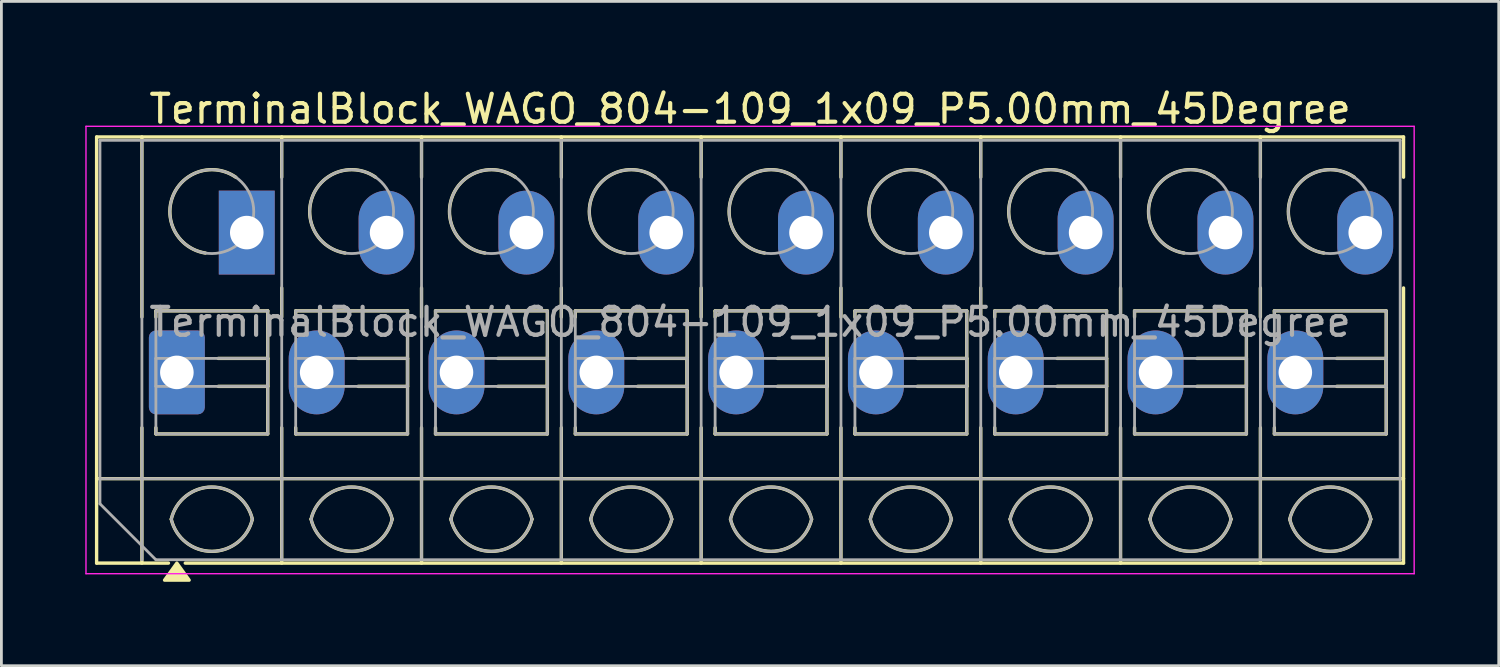
<source format=kicad_pcb>
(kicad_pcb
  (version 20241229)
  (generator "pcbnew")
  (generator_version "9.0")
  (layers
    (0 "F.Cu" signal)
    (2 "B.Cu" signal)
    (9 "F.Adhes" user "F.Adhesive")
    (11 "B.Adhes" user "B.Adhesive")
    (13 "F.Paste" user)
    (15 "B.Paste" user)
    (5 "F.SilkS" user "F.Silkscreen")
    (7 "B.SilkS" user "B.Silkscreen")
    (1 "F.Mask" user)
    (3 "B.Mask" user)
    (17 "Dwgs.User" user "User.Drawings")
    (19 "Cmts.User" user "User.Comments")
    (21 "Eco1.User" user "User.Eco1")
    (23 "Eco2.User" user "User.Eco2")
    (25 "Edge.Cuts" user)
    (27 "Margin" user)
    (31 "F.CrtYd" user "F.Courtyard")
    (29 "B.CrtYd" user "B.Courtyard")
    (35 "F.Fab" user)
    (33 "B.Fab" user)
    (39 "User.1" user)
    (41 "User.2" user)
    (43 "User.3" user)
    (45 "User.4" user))
  (footprint "TerminalBlock_WAGO_804-109_1x09_P5.00mm_45Degree"
    (layer "F.Cu")
    (at 3.275 10.268)
    (property "Reference" "TerminalBlock_WAGO_804-109_1x09_P5.00mm_45Degree" (at 20.5 -9.42 0) (layer "F.SilkS") (effects (font (size 1 1) (thickness 0.15))))
    (attr through_hole)
    (fp_line (start -2.87 -8.42) (end 43.87 -8.42) (stroke (width 0.12) (type solid)) (layer "F.SilkS"))
    (fp_line (start -2.87 3.8) (end 43.87 3.8) (stroke (width 0.12) (type solid)) (layer "F.SilkS"))
    (fp_line (start -2.87 6.82) (end -2.87 -8.42) (stroke (width 0.12) (type solid)) (layer "F.SilkS"))
    (fp_line (start -1.25 -8.42) (end -1.25 -1.98) (stroke (width 0.12) (type solid)) (layer "F.SilkS"))
    (fp_line (start -1.25 1.98) (end -1.25 6.82) (stroke (width 0.12) (type solid)) (layer "F.SilkS"))
    (fp_line (start -0.75 -2.2) (end 3.25 -2.2) (stroke (width 0.12) (type solid)) (layer "F.SilkS"))
    (fp_line (start -0.75 -1.98) (end -0.75 -2.2) (stroke (width 0.12) (type solid)) (layer "F.SilkS"))
    (fp_line (start -0.75 2.2) (end -0.75 1.98) (stroke (width 0.12) (type solid)) (layer "F.SilkS"))
    (fp_line (start -0.3 6.82) (end -2.87 6.82) (stroke (width 0.12) (type solid)) (layer "F.SilkS"))
    (fp_line (start 1.48 -0.5) (end 3.25 -0.5) (stroke (width 0.12) (type solid)) (layer "F.SilkS"))
    (fp_line (start 3.25 -2.2) (end 3.25 2.2) (stroke (width 0.12) (type solid)) (layer "F.SilkS"))
    (fp_line (start 3.25 -0.5) (end 3.25 0.5) (stroke (width 0.12) (type solid)) (layer "F.SilkS"))
    (fp_line (start 3.25 0.5) (end 1.48 0.5) (stroke (width 0.12) (type solid)) (layer "F.SilkS"))
    (fp_line (start 3.25 2.2) (end -0.75 2.2) (stroke (width 0.12) (type solid)) (layer "F.SilkS"))
    (fp_line (start 3.75 -8.42) (end 3.75 -6.98) (stroke (width 0.12) (type solid)) (layer "F.SilkS"))
    (fp_line (start 3.75 -3.02) (end 3.75 -1.98) (stroke (width 0.12) (type solid)) (layer "F.SilkS"))
    (fp_line (start 3.75 1.98) (end 3.75 6.82) (stroke (width 0.12) (type solid)) (layer "F.SilkS"))
    (fp_line (start 4.25 -2.2) (end 8.25 -2.2) (stroke (width 0.12) (type solid)) (layer "F.SilkS"))
    (fp_line (start 4.25 -1.98) (end 4.25 -2.2) (stroke (width 0.12) (type solid)) (layer "F.SilkS"))
    (fp_line (start 4.25 2.2) (end 4.25 1.98) (stroke (width 0.12) (type solid)) (layer "F.SilkS"))
    (fp_line (start 6.48 -0.5) (end 8.25 -0.5) (stroke (width 0.12) (type solid)) (layer "F.SilkS"))
    (fp_line (start 8.25 -2.2) (end 8.25 2.2) (stroke (width 0.12) (type solid)) (layer "F.SilkS"))
    (fp_line (start 8.25 -0.5) (end 8.25 0.5) (stroke (width 0.12) (type solid)) (layer "F.SilkS"))
    (fp_line (start 8.25 0.5) (end 6.48 0.5) (stroke (width 0.12) (type solid)) (layer "F.SilkS"))
    (fp_line (start 8.25 2.2) (end 4.25 2.2) (stroke (width 0.12) (type solid)) (layer "F.SilkS"))
    (fp_line (start 8.75 -8.42) (end 8.75 -6.98) (stroke (width 0.12) (type solid)) (layer "F.SilkS"))
    (fp_line (start 8.75 -3.02) (end 8.75 -1.98) (stroke (width 0.12) (type solid)) (layer "F.SilkS"))
    (fp_line (start 8.75 1.98) (end 8.75 6.82) (stroke (width 0.12) (type solid)) (layer "F.SilkS"))
    (fp_line (start 9.25 -2.2) (end 13.25 -2.2) (stroke (width 0.12) (type solid)) (layer "F.SilkS"))
    (fp_line (start 9.25 -1.98) (end 9.25 -2.2) (stroke (width 0.12) (type solid)) (layer "F.SilkS"))
    (fp_line (start 9.25 2.2) (end 9.25 1.98) (stroke (width 0.12) (type solid)) (layer "F.SilkS"))
    (fp_line (start 11.48 -0.5) (end 13.25 -0.5) (stroke (width 0.12) (type solid)) (layer "F.SilkS"))
    (fp_line (start 13.25 -2.2) (end 13.25 2.2) (stroke (width 0.12) (type solid)) (layer "F.SilkS"))
    (fp_line (start 13.25 -0.5) (end 13.25 0.5) (stroke (width 0.12) (type solid)) (layer "F.SilkS"))
    (fp_line (start 13.25 0.5) (end 11.48 0.5) (stroke (width 0.12) (type solid)) (layer "F.SilkS"))
    (fp_line (start 13.25 2.2) (end 9.25 2.2) (stroke (width 0.12) (type solid)) (layer "F.SilkS"))
    (fp_line (start 13.75 -8.42) (end 13.75 -6.98) (stroke (width 0.12) (type solid)) (layer "F.SilkS"))
    (fp_line (start 13.75 -3.02) (end 13.75 -1.98) (stroke (width 0.12) (type solid)) (layer "F.SilkS"))
    (fp_line (start 13.75 1.98) (end 13.75 6.82) (stroke (width 0.12) (type solid)) (layer "F.SilkS"))
    (fp_line (start 14.25 -2.2) (end 18.25 -2.2) (stroke (width 0.12) (type solid)) (layer "F.SilkS"))
    (fp_line (start 14.25 -1.98) (end 14.25 -2.2) (stroke (width 0.12) (type solid)) (layer "F.SilkS"))
    (fp_line (start 14.25 2.2) (end 14.25 1.98) (stroke (width 0.12) (type solid)) (layer "F.SilkS"))
    (fp_line (start 16.48 -0.5) (end 18.25 -0.5) (stroke (width 0.12) (type solid)) (layer "F.SilkS"))
    (fp_line (start 18.25 -2.2) (end 18.25 2.2) (stroke (width 0.12) (type solid)) (layer "F.SilkS"))
    (fp_line (start 18.25 -0.5) (end 18.25 0.5) (stroke (width 0.12) (type solid)) (layer "F.SilkS"))
    (fp_line (start 18.25 0.5) (end 16.48 0.5) (stroke (width 0.12) (type solid)) (layer "F.SilkS"))
    (fp_line (start 18.25 2.2) (end 14.25 2.2) (stroke (width 0.12) (type solid)) (layer "F.SilkS"))
    (fp_line (start 18.75 -8.42) (end 18.75 -6.98) (stroke (width 0.12) (type solid)) (layer "F.SilkS"))
    (fp_line (start 18.75 -3.02) (end 18.75 -1.98) (stroke (width 0.12) (type solid)) (layer "F.SilkS"))
    (fp_line (start 18.75 1.98) (end 18.75 6.82) (stroke (width 0.12) (type solid)) (layer "F.SilkS"))
    (fp_line (start 19.25 -2.2) (end 23.25 -2.2) (stroke (width 0.12) (type solid)) (layer "F.SilkS"))
    (fp_line (start 19.25 -1.98) (end 19.25 -2.2) (stroke (width 0.12) (type solid)) (layer "F.SilkS"))
    (fp_line (start 19.25 2.2) (end 19.25 1.98) (stroke (width 0.12) (type solid)) (layer "F.SilkS"))
    (fp_line (start 21.48 -0.5) (end 23.25 -0.5) (stroke (width 0.12) (type solid)) (layer "F.SilkS"))
    (fp_line (start 23.25 -2.2) (end 23.25 2.2) (stroke (width 0.12) (type solid)) (layer "F.SilkS"))
    (fp_line (start 23.25 -0.5) (end 23.25 0.5) (stroke (width 0.12) (type solid)) (layer "F.SilkS"))
    (fp_line (start 23.25 0.5) (end 21.48 0.5) (stroke (width 0.12) (type solid)) (layer "F.SilkS"))
    (fp_line (start 23.25 2.2) (end 19.25 2.2) (stroke (width 0.12) (type solid)) (layer "F.SilkS"))
    (fp_line (start 23.75 -8.42) (end 23.75 -6.98) (stroke (width 0.12) (type solid)) (layer "F.SilkS"))
    (fp_line (start 23.75 -3.02) (end 23.75 -1.98) (stroke (width 0.12) (type solid)) (layer "F.SilkS"))
    (fp_line (start 23.75 1.98) (end 23.75 6.82) (stroke (width 0.12) (type solid)) (layer "F.SilkS"))
    (fp_line (start 24.25 -2.2) (end 28.25 -2.2) (stroke (width 0.12) (type solid)) (layer "F.SilkS"))
    (fp_line (start 24.25 -1.98) (end 24.25 -2.2) (stroke (width 0.12) (type solid)) (layer "F.SilkS"))
    (fp_line (start 24.25 2.2) (end 24.25 1.98) (stroke (width 0.12) (type solid)) (layer "F.SilkS"))
    (fp_line (start 26.48 -0.5) (end 28.25 -0.5) (stroke (width 0.12) (type solid)) (layer "F.SilkS"))
    (fp_line (start 28.25 -2.2) (end 28.25 2.2) (stroke (width 0.12) (type solid)) (layer "F.SilkS"))
    (fp_line (start 28.25 -0.5) (end 28.25 0.5) (stroke (width 0.12) (type solid)) (layer "F.SilkS"))
    (fp_line (start 28.25 0.5) (end 26.48 0.5) (stroke (width 0.12) (type solid)) (layer "F.SilkS"))
    (fp_line (start 28.25 2.2) (end 24.25 2.2) (stroke (width 0.12) (type solid)) (layer "F.SilkS"))
    (fp_line (start 28.75 -8.42) (end 28.75 -6.98) (stroke (width 0.12) (type solid)) (layer "F.SilkS"))
    (fp_line (start 28.75 -3.02) (end 28.75 -1.98) (stroke (width 0.12) (type solid)) (layer "F.SilkS"))
    (fp_line (start 28.75 1.98) (end 28.75 6.82) (stroke (width 0.12) (type solid)) (layer "F.SilkS"))
    (fp_line (start 29.25 -2.2) (end 33.25 -2.2) (stroke (width 0.12) (type solid)) (layer "F.SilkS"))
    (fp_line (start 29.25 -1.98) (end 29.25 -2.2) (stroke (width 0.12) (type solid)) (layer "F.SilkS"))
    (fp_line (start 29.25 2.2) (end 29.25 1.98) (stroke (width 0.12) (type solid)) (layer "F.SilkS"))
    (fp_line (start 31.48 -0.5) (end 33.25 -0.5) (stroke (width 0.12) (type solid)) (layer "F.SilkS"))
    (fp_line (start 33.25 -2.2) (end 33.25 2.2) (stroke (width 0.12) (type solid)) (layer "F.SilkS"))
    (fp_line (start 33.25 -0.5) (end 33.25 0.5) (stroke (width 0.12) (type solid)) (layer "F.SilkS"))
    (fp_line (start 33.25 0.5) (end 31.48 0.5) (stroke (width 0.12) (type solid)) (layer "F.SilkS"))
    (fp_line (start 33.25 2.2) (end 29.25 2.2) (stroke (width 0.12) (type solid)) (layer "F.SilkS"))
    (fp_line (start 33.75 -8.42) (end 33.75 -6.98) (stroke (width 0.12) (type solid)) (layer "F.SilkS"))
    (fp_line (start 33.75 -3.02) (end 33.75 -1.98) (stroke (width 0.12) (type solid)) (layer "F.SilkS"))
    (fp_line (start 33.75 1.98) (end 33.75 6.82) (stroke (width 0.12) (type solid)) (layer "F.SilkS"))
    (fp_line (start 34.25 -2.2) (end 38.25 -2.2) (stroke (width 0.12) (type solid)) (layer "F.SilkS"))
    (fp_line (start 34.25 -1.98) (end 34.25 -2.2) (stroke (width 0.12) (type solid)) (layer "F.SilkS"))
    (fp_line (start 34.25 2.2) (end 34.25 1.98) (stroke (width 0.12) (type solid)) (layer "F.SilkS"))
    (fp_line (start 36.48 -0.5) (end 38.25 -0.5) (stroke (width 0.12) (type solid)) (layer "F.SilkS"))
    (fp_line (start 38.25 -2.2) (end 38.25 2.2) (stroke (width 0.12) (type solid)) (layer "F.SilkS"))
    (fp_line (start 38.25 -0.5) (end 38.25 0.5) (stroke (width 0.12) (type solid)) (layer "F.SilkS"))
    (fp_line (start 38.25 0.5) (end 36.48 0.5) (stroke (width 0.12) (type solid)) (layer "F.SilkS"))
    (fp_line (start 38.25 2.2) (end 34.25 2.2) (stroke (width 0.12) (type solid)) (layer "F.SilkS"))
    (fp_line (start 38.75 -8.42) (end 38.75 -6.98) (stroke (width 0.12) (type solid)) (layer "F.SilkS"))
    (fp_line (start 38.75 -3.02) (end 38.75 -1.98) (stroke (width 0.12) (type solid)) (layer "F.SilkS"))
    (fp_line (start 38.75 1.98) (end 38.75 6.82) (stroke (width 0.12) (type solid)) (layer "F.SilkS"))
    (fp_line (start 39.25 -2.2) (end 43.25 -2.2) (stroke (width 0.12) (type solid)) (layer "F.SilkS"))
    (fp_line (start 39.25 -1.98) (end 39.25 -2.2) (stroke (width 0.12) (type solid)) (layer "F.SilkS"))
    (fp_line (start 39.25 2.2) (end 39.25 1.98) (stroke (width 0.12) (type solid)) (layer "F.SilkS"))
    (fp_line (start 41.48 -0.5) (end 43.25 -0.5) (stroke (width 0.12) (type solid)) (layer "F.SilkS"))
    (fp_line (start 43.25 -2.2) (end 43.25 2.2) (stroke (width 0.12) (type solid)) (layer "F.SilkS"))
    (fp_line (start 43.25 -0.5) (end 43.25 0.5) (stroke (width 0.12) (type solid)) (layer "F.SilkS"))
    (fp_line (start 43.25 0.5) (end 41.48 0.5) (stroke (width 0.12) (type solid)) (layer "F.SilkS"))
    (fp_line (start 43.25 2.2) (end 39.25 2.2) (stroke (width 0.12) (type solid)) (layer "F.SilkS"))
    (fp_line (start 43.87 -8.42) (end 43.87 -6.98) (stroke (width 0.12) (type solid)) (layer "F.SilkS"))
    (fp_line (start 43.87 -3.02) (end 43.87 6.82) (stroke (width 0.12) (type solid)) (layer "F.SilkS"))
    (fp_line (start 43.87 6.82) (end 0.3 6.82) (stroke (width 0.12) (type solid)) (layer "F.SilkS"))
    (fp_arc (start -0.2 5.25) (mid 1.25 4.1) (end 2.7 5.25) (stroke (width 0.12) (type solid)) (layer "F.SilkS"))
    (fp_arc (start 1.02 -4.268) (mid -0.141916 -6.309209) (end 2.109 -6.98) (stroke (width 0.12) (type solid)) (layer "F.SilkS"))
    (fp_arc (start 2.7 5.25) (mid 1.25 6.4) (end -0.2 5.25) (stroke (width 0.12) (type solid)) (layer "F.SilkS"))
    (fp_arc (start 4.8 5.25) (mid 6.25 4.1) (end 7.7 5.25) (stroke (width 0.12) (type solid)) (layer "F.SilkS"))
    (fp_arc (start 6.02 -4.268) (mid 4.858084 -6.309209) (end 7.109 -6.98) (stroke (width 0.12) (type solid)) (layer "F.SilkS"))
    (fp_arc (start 7.7 5.25) (mid 6.25 6.4) (end 4.8 5.25) (stroke (width 0.12) (type solid)) (layer "F.SilkS"))
    (fp_arc (start 9.8 5.25) (mid 11.25 4.1) (end 12.7 5.25) (stroke (width 0.12) (type solid)) (layer "F.SilkS"))
    (fp_arc (start 11.02 -4.268) (mid 9.858084 -6.309209) (end 12.109 -6.98) (stroke (width 0.12) (type solid)) (layer "F.SilkS"))
    (fp_arc (start 12.7 5.25) (mid 11.25 6.4) (end 9.8 5.25) (stroke (width 0.12) (type solid)) (layer "F.SilkS"))
    (fp_arc (start 14.8 5.25) (mid 16.25 4.1) (end 17.7 5.25) (stroke (width 0.12) (type solid)) (layer "F.SilkS"))
    (fp_arc (start 16.02 -4.268) (mid 14.858084 -6.309209) (end 17.109 -6.98) (stroke (width 0.12) (type solid)) (layer "F.SilkS"))
    (fp_arc (start 17.7 5.25) (mid 16.25 6.4) (end 14.8 5.25) (stroke (width 0.12) (type solid)) (layer "F.SilkS"))
    (fp_arc (start 19.8 5.25) (mid 21.25 4.1) (end 22.7 5.25) (stroke (width 0.12) (type solid)) (layer "F.SilkS"))
    (fp_arc (start 21.02 -4.268) (mid 19.858084 -6.309209) (end 22.109 -6.98) (stroke (width 0.12) (type solid)) (layer "F.SilkS"))
    (fp_arc (start 22.7 5.25) (mid 21.25 6.4) (end 19.8 5.25) (stroke (width 0.12) (type solid)) (layer "F.SilkS"))
    (fp_arc (start 24.8 5.25) (mid 26.25 4.1) (end 27.7 5.25) (stroke (width 0.12) (type solid)) (layer "F.SilkS"))
    (fp_arc (start 26.02 -4.268) (mid 24.858084 -6.309209) (end 27.109 -6.98) (stroke (width 0.12) (type solid)) (layer "F.SilkS"))
    (fp_arc (start 27.7 5.25) (mid 26.25 6.4) (end 24.8 5.25) (stroke (width 0.12) (type solid)) (layer "F.SilkS"))
    (fp_arc (start 29.8 5.25) (mid 31.25 4.1) (end 32.7 5.25) (stroke (width 0.12) (type solid)) (layer "F.SilkS"))
    (fp_arc (start 31.02 -4.268) (mid 29.858084 -6.309209) (end 32.109 -6.98) (stroke (width 0.12) (type solid)) (layer "F.SilkS"))
    (fp_arc (start 32.7 5.25) (mid 31.25 6.4) (end 29.8 5.25) (stroke (width 0.12) (type solid)) (layer "F.SilkS"))
    (fp_arc (start 34.8 5.25) (mid 36.25 4.1) (end 37.7 5.25) (stroke (width 0.12) (type solid)) (layer "F.SilkS"))
    (fp_arc (start 36.02 -4.268) (mid 34.858084 -6.309209) (end 37.109 -6.98) (stroke (width 0.12) (type solid)) (layer "F.SilkS"))
    (fp_arc (start 37.7 5.25) (mid 36.25 6.4) (end 34.8 5.25) (stroke (width 0.12) (type solid)) (layer "F.SilkS"))
    (fp_arc (start 39.8 5.25) (mid 41.25 4.1) (end 42.7 5.25) (stroke (width 0.12) (type solid)) (layer "F.SilkS"))
    (fp_arc (start 41.02 -4.268) (mid 39.858084 -6.309209) (end 42.109 -6.98) (stroke (width 0.12) (type solid)) (layer "F.SilkS"))
    (fp_arc (start 42.7 5.25) (mid 41.25 6.4) (end 39.8 5.25) (stroke (width 0.12) (type solid)) (layer "F.SilkS"))
    (fp_poly (pts (xy 0 6.82) (xy 0.44 7.43) (xy -0.44 7.43)) (stroke (width 0.12) (type solid)) (fill yes) (layer "F.SilkS"))
    (fp_line (start -3.25 -8.8) (end -3.25 7.2) (stroke (width 0.05) (type solid)) (layer "F.CrtYd"))
    (fp_line (start -3.25 7.2) (end 44.25 7.2) (stroke (width 0.05) (type solid)) (layer "F.CrtYd"))
    (fp_line (start 44.25 -8.8) (end -3.25 -8.8) (stroke (width 0.05) (type solid)) (layer "F.CrtYd"))
    (fp_line (start 44.25 7.2) (end 44.25 -8.8) (stroke (width 0.05) (type solid)) (layer "F.CrtYd"))
    (fp_line (start -2.75 -8.3) (end 43.75 -8.3) (stroke (width 0.1) (type solid)) (layer "F.Fab"))
    (fp_line (start -2.75 3.8) (end 43.75 3.8) (stroke (width 0.1) (type solid)) (layer "F.Fab"))
    (fp_line (start -2.75 4.7) (end -2.75 -8.3) (stroke (width 0.1) (type solid)) (layer "F.Fab"))
    (fp_line (start -1.25 -8.3) (end -1.25 6.7) (stroke (width 0.1) (type solid)) (layer "F.Fab"))
    (fp_line (start -0.75 -2.2) (end -0.75 2.2) (stroke (width 0.1) (type solid)) (layer "F.Fab"))
    (fp_line (start -0.75 -0.5) (end -0.75 0.5) (stroke (width 0.1) (type solid)) (layer "F.Fab"))
    (fp_line (start -0.75 0.5) (end 3.25 0.5) (stroke (width 0.1) (type solid)) (layer "F.Fab"))
    (fp_line (start -0.75 2.2) (end 3.25 2.2) (stroke (width 0.1) (type solid)) (layer "F.Fab"))
    (fp_line (start -0.75 6.7) (end -2.75 4.7) (stroke (width 0.1) (type solid)) (layer "F.Fab"))
    (fp_line (start 3.25 -2.2) (end -0.75 -2.2) (stroke (width 0.1) (type solid)) (layer "F.Fab"))
    (fp_line (start 3.25 -0.5) (end -0.75 -0.5) (stroke (width 0.1) (type solid)) (layer "F.Fab"))
    (fp_line (start 3.25 0.5) (end 3.25 -0.5) (stroke (width 0.1) (type solid)) (layer "F.Fab"))
    (fp_line (start 3.25 2.2) (end 3.25 -2.2) (stroke (width 0.1) (type solid)) (layer "F.Fab"))
    (fp_line (start 3.75 -8.3) (end 3.75 6.7) (stroke (width 0.1) (type solid)) (layer "F.Fab"))
    (fp_line (start 4.25 -2.2) (end 4.25 2.2) (stroke (width 0.1) (type solid)) (layer "F.Fab"))
    (fp_line (start 4.25 -0.5) (end 4.25 0.5) (stroke (width 0.1) (type solid)) (layer "F.Fab"))
    (fp_line (start 4.25 0.5) (end 8.25 0.5) (stroke (width 0.1) (type solid)) (layer "F.Fab"))
    (fp_line (start 4.25 2.2) (end 8.25 2.2) (stroke (width 0.1) (type solid)) (layer "F.Fab"))
    (fp_line (start 8.25 -2.2) (end 4.25 -2.2) (stroke (width 0.1) (type solid)) (layer "F.Fab"))
    (fp_line (start 8.25 -0.5) (end 4.25 -0.5) (stroke (width 0.1) (type solid)) (layer "F.Fab"))
    (fp_line (start 8.25 0.5) (end 8.25 -0.5) (stroke (width 0.1) (type solid)) (layer "F.Fab"))
    (fp_line (start 8.25 2.2) (end 8.25 -2.2) (stroke (width 0.1) (type solid)) (layer "F.Fab"))
    (fp_line (start 8.75 -8.3) (end 8.75 6.7) (stroke (width 0.1) (type solid)) (layer "F.Fab"))
    (fp_line (start 9.25 -2.2) (end 9.25 2.2) (stroke (width 0.1) (type solid)) (layer "F.Fab"))
    (fp_line (start 9.25 -0.5) (end 9.25 0.5) (stroke (width 0.1) (type solid)) (layer "F.Fab"))
    (fp_line (start 9.25 0.5) (end 13.25 0.5) (stroke (width 0.1) (type solid)) (layer "F.Fab"))
    (fp_line (start 9.25 2.2) (end 13.25 2.2) (stroke (width 0.1) (type solid)) (layer "F.Fab"))
    (fp_line (start 13.25 -2.2) (end 9.25 -2.2) (stroke (width 0.1) (type solid)) (layer "F.Fab"))
    (fp_line (start 13.25 -0.5) (end 9.25 -0.5) (stroke (width 0.1) (type solid)) (layer "F.Fab"))
    (fp_line (start 13.25 0.5) (end 13.25 -0.5) (stroke (width 0.1) (type solid)) (layer "F.Fab"))
    (fp_line (start 13.25 2.2) (end 13.25 -2.2) (stroke (width 0.1) (type solid)) (layer "F.Fab"))
    (fp_line (start 13.75 -8.3) (end 13.75 6.7) (stroke (width 0.1) (type solid)) (layer "F.Fab"))
    (fp_line (start 14.25 -2.2) (end 14.25 2.2) (stroke (width 0.1) (type solid)) (layer "F.Fab"))
    (fp_line (start 14.25 -0.5) (end 14.25 0.5) (stroke (width 0.1) (type solid)) (layer "F.Fab"))
    (fp_line (start 14.25 0.5) (end 18.25 0.5) (stroke (width 0.1) (type solid)) (layer "F.Fab"))
    (fp_line (start 14.25 2.2) (end 18.25 2.2) (stroke (width 0.1) (type solid)) (layer "F.Fab"))
    (fp_line (start 18.25 -2.2) (end 14.25 -2.2) (stroke (width 0.1) (type solid)) (layer "F.Fab"))
    (fp_line (start 18.25 -0.5) (end 14.25 -0.5) (stroke (width 0.1) (type solid)) (layer "F.Fab"))
    (fp_line (start 18.25 0.5) (end 18.25 -0.5) (stroke (width 0.1) (type solid)) (layer "F.Fab"))
    (fp_line (start 18.25 2.2) (end 18.25 -2.2) (stroke (width 0.1) (type solid)) (layer "F.Fab"))
    (fp_line (start 18.75 -8.3) (end 18.75 6.7) (stroke (width 0.1) (type solid)) (layer "F.Fab"))
    (fp_line (start 19.25 -2.2) (end 19.25 2.2) (stroke (width 0.1) (type solid)) (layer "F.Fab"))
    (fp_line (start 19.25 -0.5) (end 19.25 0.5) (stroke (width 0.1) (type solid)) (layer "F.Fab"))
    (fp_line (start 19.25 0.5) (end 23.25 0.5) (stroke (width 0.1) (type solid)) (layer "F.Fab"))
    (fp_line (start 19.25 2.2) (end 23.25 2.2) (stroke (width 0.1) (type solid)) (layer "F.Fab"))
    (fp_line (start 23.25 -2.2) (end 19.25 -2.2) (stroke (width 0.1) (type solid)) (layer "F.Fab"))
    (fp_line (start 23.25 -0.5) (end 19.25 -0.5) (stroke (width 0.1) (type solid)) (layer "F.Fab"))
    (fp_line (start 23.25 0.5) (end 23.25 -0.5) (stroke (width 0.1) (type solid)) (layer "F.Fab"))
    (fp_line (start 23.25 2.2) (end 23.25 -2.2) (stroke (width 0.1) (type solid)) (layer "F.Fab"))
    (fp_line (start 23.75 -8.3) (end 23.75 6.7) (stroke (width 0.1) (type solid)) (layer "F.Fab"))
    (fp_line (start 24.25 -2.2) (end 24.25 2.2) (stroke (width 0.1) (type solid)) (layer "F.Fab"))
    (fp_line (start 24.25 -0.5) (end 24.25 0.5) (stroke (width 0.1) (type solid)) (layer "F.Fab"))
    (fp_line (start 24.25 0.5) (end 28.25 0.5) (stroke (width 0.1) (type solid)) (layer "F.Fab"))
    (fp_line (start 24.25 2.2) (end 28.25 2.2) (stroke (width 0.1) (type solid)) (layer "F.Fab"))
    (fp_line (start 28.25 -2.2) (end 24.25 -2.2) (stroke (width 0.1) (type solid)) (layer "F.Fab"))
    (fp_line (start 28.25 -0.5) (end 24.25 -0.5) (stroke (width 0.1) (type solid)) (layer "F.Fab"))
    (fp_line (start 28.25 0.5) (end 28.25 -0.5) (stroke (width 0.1) (type solid)) (layer "F.Fab"))
    (fp_line (start 28.25 2.2) (end 28.25 -2.2) (stroke (width 0.1) (type solid)) (layer "F.Fab"))
    (fp_line (start 28.75 -8.3) (end 28.75 6.7) (stroke (width 0.1) (type solid)) (layer "F.Fab"))
    (fp_line (start 29.25 -2.2) (end 29.25 2.2) (stroke (width 0.1) (type solid)) (layer "F.Fab"))
    (fp_line (start 29.25 -0.5) (end 29.25 0.5) (stroke (width 0.1) (type solid)) (layer "F.Fab"))
    (fp_line (start 29.25 0.5) (end 33.25 0.5) (stroke (width 0.1) (type solid)) (layer "F.Fab"))
    (fp_line (start 29.25 2.2) (end 33.25 2.2) (stroke (width 0.1) (type solid)) (layer "F.Fab"))
    (fp_line (start 33.25 -2.2) (end 29.25 -2.2) (stroke (width 0.1) (type solid)) (layer "F.Fab"))
    (fp_line (start 33.25 -0.5) (end 29.25 -0.5) (stroke (width 0.1) (type solid)) (layer "F.Fab"))
    (fp_line (start 33.25 0.5) (end 33.25 -0.5) (stroke (width 0.1) (type solid)) (layer "F.Fab"))
    (fp_line (start 33.25 2.2) (end 33.25 -2.2) (stroke (width 0.1) (type solid)) (layer "F.Fab"))
    (fp_line (start 33.75 -8.3) (end 33.75 6.7) (stroke (width 0.1) (type solid)) (layer "F.Fab"))
    (fp_line (start 34.25 -2.2) (end 34.25 2.2) (stroke (width 0.1) (type solid)) (layer "F.Fab"))
    (fp_line (start 34.25 -0.5) (end 34.25 0.5) (stroke (width 0.1) (type solid)) (layer "F.Fab"))
    (fp_line (start 34.25 0.5) (end 38.25 0.5) (stroke (width 0.1) (type solid)) (layer "F.Fab"))
    (fp_line (start 34.25 2.2) (end 38.25 2.2) (stroke (width 0.1) (type solid)) (layer "F.Fab"))
    (fp_line (start 38.25 -2.2) (end 34.25 -2.2) (stroke (width 0.1) (type solid)) (layer "F.Fab"))
    (fp_line (start 38.25 -0.5) (end 34.25 -0.5) (stroke (width 0.1) (type solid)) (layer "F.Fab"))
    (fp_line (start 38.25 0.5) (end 38.25 -0.5) (stroke (width 0.1) (type solid)) (layer "F.Fab"))
    (fp_line (start 38.25 2.2) (end 38.25 -2.2) (stroke (width 0.1) (type solid)) (layer "F.Fab"))
    (fp_line (start 38.75 -8.3) (end 38.75 6.7) (stroke (width 0.1) (type solid)) (layer "F.Fab"))
    (fp_line (start 39.25 -2.2) (end 39.25 2.2) (stroke (width 0.1) (type solid)) (layer "F.Fab"))
    (fp_line (start 39.25 -0.5) (end 39.25 0.5) (stroke (width 0.1) (type solid)) (layer "F.Fab"))
    (fp_line (start 39.25 0.5) (end 43.25 0.5) (stroke (width 0.1) (type solid)) (layer "F.Fab"))
    (fp_line (start 39.25 2.2) (end 43.25 2.2) (stroke (width 0.1) (type solid)) (layer "F.Fab"))
    (fp_line (start 43.25 -2.2) (end 39.25 -2.2) (stroke (width 0.1) (type solid)) (layer "F.Fab"))
    (fp_line (start 43.25 -0.5) (end 39.25 -0.5) (stroke (width 0.1) (type solid)) (layer "F.Fab"))
    (fp_line (start 43.25 0.5) (end 43.25 -0.5) (stroke (width 0.1) (type solid)) (layer "F.Fab"))
    (fp_line (start 43.25 2.2) (end 43.25 -2.2) (stroke (width 0.1) (type solid)) (layer "F.Fab"))
    (fp_line (start 43.75 -8.3) (end 43.75 6.7) (stroke (width 0.1) (type solid)) (layer "F.Fab"))
    (fp_line (start 43.75 6.7) (end -0.75 6.7) (stroke (width 0.1) (type solid)) (layer "F.Fab"))
    (fp_arc (start -0.2 5.25) (mid 1.25 4.1) (end 2.7 5.25) (stroke (width 0.1) (type solid)) (layer "F.Fab"))
    (fp_arc (start 2.7 5.25) (mid 1.25 6.4) (end -0.2 5.25) (stroke (width 0.1) (type solid)) (layer "F.Fab"))
    (fp_arc (start 4.8 5.25) (mid 6.25 4.1) (end 7.7 5.25) (stroke (width 0.1) (type solid)) (layer "F.Fab"))
    (fp_arc (start 7.7 5.25) (mid 6.25 6.4) (end 4.8 5.25) (stroke (width 0.1) (type solid)) (layer "F.Fab"))
    (fp_arc (start 9.8 5.25) (mid 11.25 4.1) (end 12.7 5.25) (stroke (width 0.1) (type solid)) (layer "F.Fab"))
    (fp_arc (start 12.7 5.25) (mid 11.25 6.4) (end 9.8 5.25) (stroke (width 0.1) (type solid)) (layer "F.Fab"))
    (fp_arc (start 14.8 5.25) (mid 16.25 4.1) (end 17.7 5.25) (stroke (width 0.1) (type solid)) (layer "F.Fab"))
    (fp_arc (start 17.7 5.25) (mid 16.25 6.4) (end 14.8 5.25) (stroke (width 0.1) (type solid)) (layer "F.Fab"))
    (fp_arc (start 19.8 5.25) (mid 21.25 4.1) (end 22.7 5.25) (stroke (width 0.1) (type solid)) (layer "F.Fab"))
    (fp_arc (start 22.7 5.25) (mid 21.25 6.4) (end 19.8 5.25) (stroke (width 0.1) (type solid)) (layer "F.Fab"))
    (fp_arc (start 24.8 5.25) (mid 26.25 4.1) (end 27.7 5.25) (stroke (width 0.1) (type solid)) (layer "F.Fab"))
    (fp_arc (start 27.7 5.25) (mid 26.25 6.4) (end 24.8 5.25) (stroke (width 0.1) (type solid)) (layer "F.Fab"))
    (fp_arc (start 29.8 5.25) (mid 31.25 4.1) (end 32.7 5.25) (stroke (width 0.1) (type solid)) (layer "F.Fab"))
    (fp_arc (start 32.7 5.25) (mid 31.25 6.4) (end 29.8 5.25) (stroke (width 0.1) (type solid)) (layer "F.Fab"))
    (fp_arc (start 34.8 5.25) (mid 36.25 4.1) (end 37.7 5.25) (stroke (width 0.1) (type solid)) (layer "F.Fab"))
    (fp_arc (start 37.7 5.25) (mid 36.25 6.4) (end 34.8 5.25) (stroke (width 0.1) (type solid)) (layer "F.Fab"))
    (fp_arc (start 39.8 5.25) (mid 41.25 4.1) (end 42.7 5.25) (stroke (width 0.1) (type solid)) (layer "F.Fab"))
    (fp_arc (start 42.7 5.25) (mid 41.25 6.4) (end 39.8 5.25) (stroke (width 0.1) (type solid)) (layer "F.Fab"))
    (fp_circle (center 1.25 -5.75) (end 2.75 -5.75) (stroke (width 0.1) (type solid)) (fill no) (layer "F.Fab"))
    (fp_circle (center 6.25 -5.75) (end 7.75 -5.75) (stroke (width 0.1) (type solid)) (fill no) (layer "F.Fab"))
    (fp_circle (center 11.25 -5.75) (end 12.75 -5.75) (stroke (width 0.1) (type solid)) (fill no) (layer "F.Fab"))
    (fp_circle (center 16.25 -5.75) (end 17.75 -5.75) (stroke (width 0.1) (type solid)) (fill no) (layer "F.Fab"))
    (fp_circle (center 21.25 -5.75) (end 22.75 -5.75) (stroke (width 0.1) (type solid)) (fill no) (layer "F.Fab"))
    (fp_circle (center 26.25 -5.75) (end 27.75 -5.75) (stroke (width 0.1) (type solid)) (fill no) (layer "F.Fab"))
    (fp_circle (center 31.25 -5.75) (end 32.75 -5.75) (stroke (width 0.1) (type solid)) (fill no) (layer "F.Fab"))
    (fp_circle (center 36.25 -5.75) (end 37.75 -5.75) (stroke (width 0.1) (type solid)) (fill no) (layer "F.Fab"))
    (fp_circle (center 41.25 -5.75) (end 42.75 -5.75) (stroke (width 0.1) (type solid)) (fill no) (layer "F.Fab"))
    (fp_text user "${REFERENCE}" (at 20.5 -1.8 0) (layer "F.Fab") (effects (font (size 1 1) (thickness 0.15))))
    (pad "1" thru_hole roundrect (at 0 0) (size 2 3) (drill 1.2) (layers "*.Cu" "*.Mask") (roundrect_rratio 0.125))
    (pad "1" thru_hole rect (at 2.5 -5) (size 2 3) (drill 1.2) (layers "*.Cu" "*.Mask"))
    (pad "2" thru_hole oval (at 5 0) (size 2 3) (drill 1.2) (layers "*.Cu" "*.Mask"))
    (pad "2" thru_hole oval (at 7.5 -5) (size 2 3) (drill 1.2) (layers "*.Cu" "*.Mask"))
    (pad "3" thru_hole oval (at 10 0) (size 2 3) (drill 1.2) (layers "*.Cu" "*.Mask"))
    (pad "3" thru_hole oval (at 12.5 -5) (size 2 3) (drill 1.2) (layers "*.Cu" "*.Mask"))
    (pad "4" thru_hole oval (at 15 0) (size 2 3) (drill 1.2) (layers "*.Cu" "*.Mask"))
    (pad "4" thru_hole oval (at 17.5 -5) (size 2 3) (drill 1.2) (layers "*.Cu" "*.Mask"))
    (pad "5" thru_hole oval (at 20 0) (size 2 3) (drill 1.2) (layers "*.Cu" "*.Mask"))
    (pad "5" thru_hole oval (at 22.5 -5) (size 2 3) (drill 1.2) (layers "*.Cu" "*.Mask"))
    (pad "6" thru_hole oval (at 25 0) (size 2 3) (drill 1.2) (layers "*.Cu" "*.Mask"))
    (pad "6" thru_hole oval (at 27.5 -5) (size 2 3) (drill 1.2) (layers "*.Cu" "*.Mask"))
    (pad "7" thru_hole oval (at 30 0) (size 2 3) (drill 1.2) (layers "*.Cu" "*.Mask"))
    (pad "7" thru_hole oval (at 32.5 -5) (size 2 3) (drill 1.2) (layers "*.Cu" "*.Mask"))
    (pad "8" thru_hole oval (at 35 0) (size 2 3) (drill 1.2) (layers "*.Cu" "*.Mask"))
    (pad "8" thru_hole oval (at 37.5 -5) (size 2 3) (drill 1.2) (layers "*.Cu" "*.Mask"))
    (pad "9" thru_hole oval (at 40 0) (size 2 3) (drill 1.2) (layers "*.Cu" "*.Mask"))
    (pad "9" thru_hole oval (at 42.5 -5) (size 2 3) (drill 1.2) (layers "*.Cu" "*.Mask")))
  (gr_rect
    (start -3 -3)
    (end 50.55 20.758)
    (stroke (width 0.1) (type default))
    (fill no)
    (layer "Edge.Cuts")))
</source>
